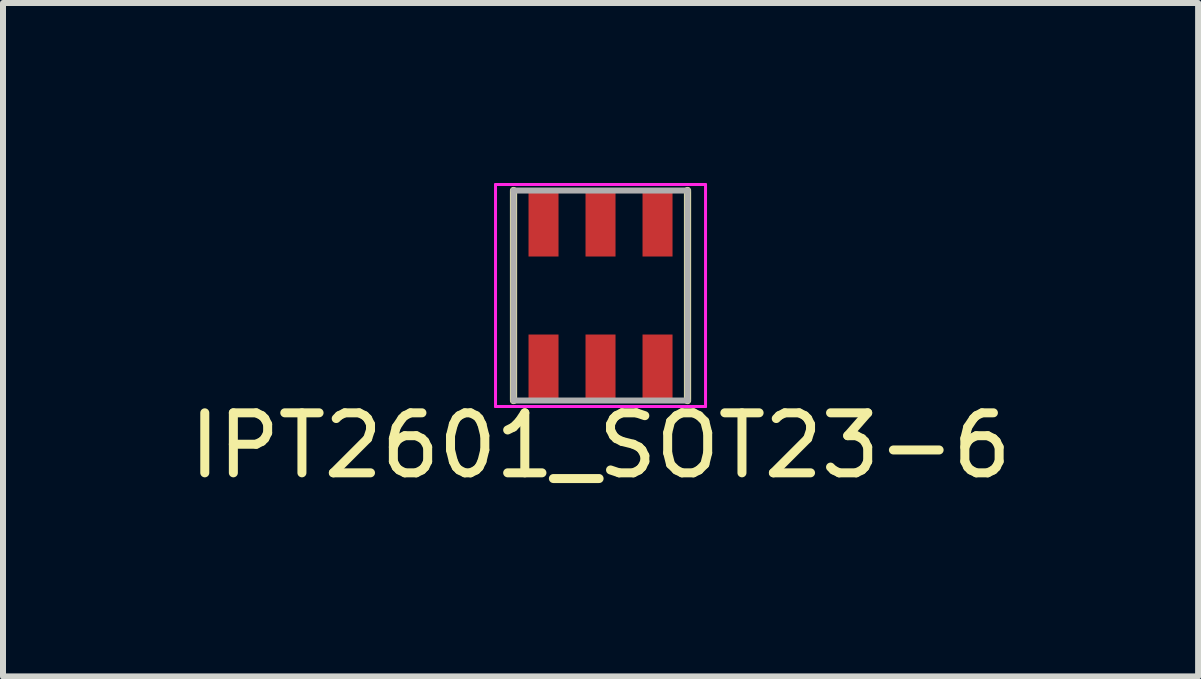
<source format=kicad_pcb>
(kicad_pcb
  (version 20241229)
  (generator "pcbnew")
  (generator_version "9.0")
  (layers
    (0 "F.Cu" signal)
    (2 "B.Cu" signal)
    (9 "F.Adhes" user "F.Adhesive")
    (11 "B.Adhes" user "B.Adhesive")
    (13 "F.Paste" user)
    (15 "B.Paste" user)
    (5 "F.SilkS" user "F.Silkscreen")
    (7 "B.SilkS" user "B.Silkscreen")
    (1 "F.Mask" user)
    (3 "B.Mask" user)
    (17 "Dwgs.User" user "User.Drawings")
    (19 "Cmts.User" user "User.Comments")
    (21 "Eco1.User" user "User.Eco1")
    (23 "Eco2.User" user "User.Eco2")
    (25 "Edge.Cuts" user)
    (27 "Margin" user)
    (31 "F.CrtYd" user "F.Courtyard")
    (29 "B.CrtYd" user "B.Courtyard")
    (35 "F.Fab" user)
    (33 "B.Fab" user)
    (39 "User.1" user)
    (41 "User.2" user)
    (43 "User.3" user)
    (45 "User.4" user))
  (footprint "IPT2601_SOT23-6"
    (layer "F.Cu")
    (at 6.958 1.875)
    (property "Reference" "IPT2601_SOT23-6" (at 0 2.5 0) (layer "F.SilkS") (effects (font (size 1 1) (thickness 0.15))))
    (attr smd)
    (fp_line (start -1.45 -1.75) (end -1.45 1.75) (stroke (width 0.12) (type solid)) (layer "F.SilkS"))
    (fp_line (start 1.45 -1.75) (end 1.45 1.75) (stroke (width 0.12) (type solid)) (layer "F.SilkS"))
    (fp_line (start -1.75 -1.85) (end -1.75 1.85) (stroke (width 0.05) (type solid)) (layer "F.CrtYd"))
    (fp_line (start -1.75 1.85) (end 1.75 1.85) (stroke (width 0.05) (type solid)) (layer "F.CrtYd"))
    (fp_line (start 1.75 -1.85) (end -1.75 -1.85) (stroke (width 0.05) (type solid)) (layer "F.CrtYd"))
    (fp_line (start 1.75 1.85) (end 1.75 -1.85) (stroke (width 0.05) (type solid)) (layer "F.CrtYd"))
    (fp_line (start -1.45 -1.75) (end -1.45 1.75) (stroke (width 0.1) (type solid)) (layer "F.Fab"))
    (fp_line (start -1.45 1.75) (end 1.45 1.75) (stroke (width 0.1) (type solid)) (layer "F.Fab"))
    (fp_line (start 1.45 -1.75) (end -1.45 -1.75) (stroke (width 0.1) (type solid)) (layer "F.Fab"))
    (fp_line (start 1.45 1.75) (end 1.45 -1.75) (stroke (width 0.1) (type solid)) (layer "F.Fab"))
    (pad "1" smd rect (at -0.95 1.2) (size 0.5 1.1) (layers "F.Cu" "F.Mask" "F.Paste"))
    (pad "2" smd rect (at 0 1.2) (size 0.5 1.1) (layers "F.Cu" "F.Mask" "F.Paste"))
    (pad "3" smd rect (at 0.95 1.2) (size 0.5 1.1) (layers "F.Cu" "F.Mask" "F.Paste"))
    (pad "4" smd rect (at 0.95 -1.2) (size 0.5 1.1) (layers "F.Cu" "F.Mask" "F.Paste"))
    (pad "5" smd rect (at 0 -1.2) (size 0.5 1.1) (layers "F.Cu" "F.Mask" "F.Paste"))
    (pad "6" smd rect (at -0.95 -1.2) (size 0.5 1.1) (layers "F.Cu" "F.Mask" "F.Paste")))
  (gr_rect
    (start -3 -3)
    (end 16.917 8.223)
    (stroke (width 0.1) (type default))
    (fill no)
    (layer "Edge.Cuts")))
</source>
